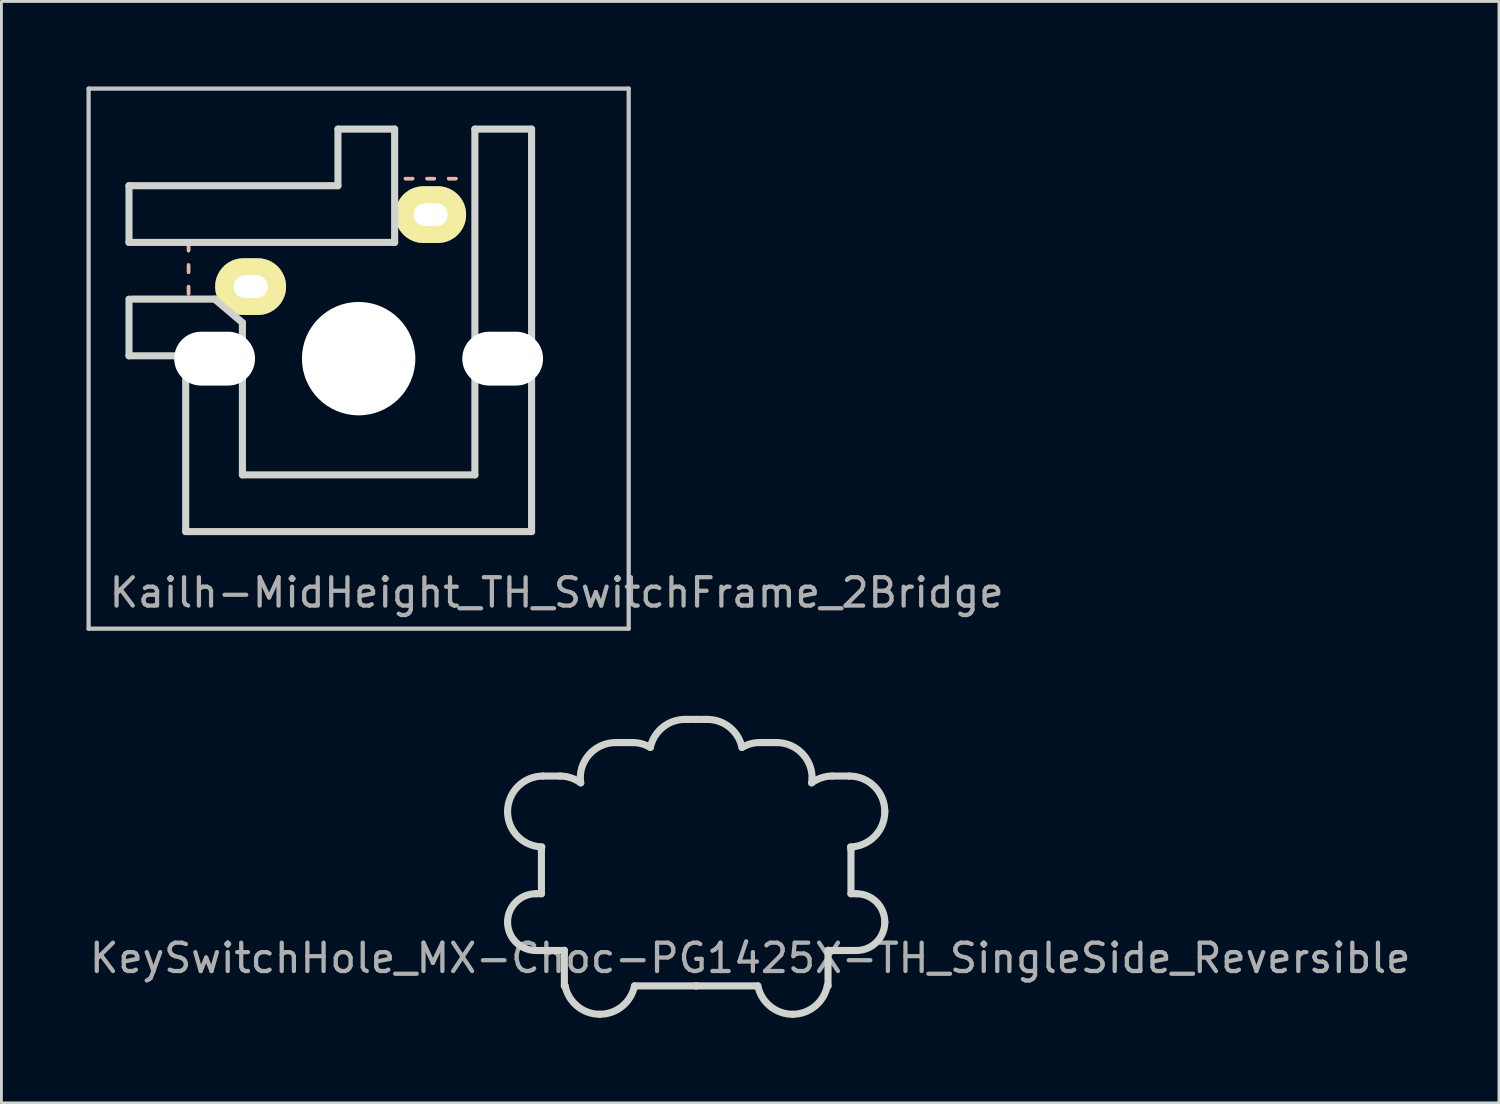
<source format=kicad_pcb>
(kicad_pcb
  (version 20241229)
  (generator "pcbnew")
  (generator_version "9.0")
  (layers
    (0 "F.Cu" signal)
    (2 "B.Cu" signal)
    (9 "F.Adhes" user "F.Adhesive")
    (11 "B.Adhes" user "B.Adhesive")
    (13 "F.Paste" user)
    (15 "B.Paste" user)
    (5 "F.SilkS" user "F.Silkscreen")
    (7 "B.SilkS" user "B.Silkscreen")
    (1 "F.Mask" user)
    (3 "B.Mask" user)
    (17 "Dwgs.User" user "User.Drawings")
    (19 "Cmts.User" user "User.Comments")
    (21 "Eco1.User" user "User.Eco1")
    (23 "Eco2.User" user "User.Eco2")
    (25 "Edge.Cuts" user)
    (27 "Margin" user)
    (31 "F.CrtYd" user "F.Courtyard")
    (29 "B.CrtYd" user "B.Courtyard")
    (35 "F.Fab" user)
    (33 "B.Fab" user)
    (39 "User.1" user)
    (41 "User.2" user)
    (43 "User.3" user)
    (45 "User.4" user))
  (footprint "KeySwitchHole_MX-Choc-PG1425X-TH_SingleSide_Reversible"
    (layer "F.Cu")
    (at 21.506 29.475)
    (property "Reference" "KeySwitchHole_MX-Choc-PG1425X-TH_SingleSide_Reversible" (at 1.905 1.27 0) (layer "F.Fab") (effects (font (size 1 1) (thickness 0.15))))
    (attr through_hole)
    (fp_curve (pts (xy -6.653 -3.899) (xy -6.653 -3.223) (xy -6.117 -2.676) (xy -5.448 -2.651)) (stroke (width 0.25) (type solid)) (layer "Edge.Cuts"))
    (fp_curve (pts (xy -6.653 -0.000276) (xy -6.653 0.552) (xy -6.204 1.001) (xy -5.652 1.001)) (stroke (width 0.25) (type solid)) (layer "Edge.Cuts"))
    (fp_curve (pts (xy -5.652 -1.001) (xy -6.204 -1.001) (xy -6.653 -0.553) (xy -6.653 -0.000276)) (stroke (width 0.25) (type solid)) (layer "Edge.Cuts"))
    (fp_curve (pts (xy -5.652 1.001) (xy -5.652 1.001) (xy -4.702 1.001) (xy -4.702 1.001)) (stroke (width 0.25) (type solid)) (layer "Edge.Cuts"))
    (fp_curve (pts (xy -5.459 -2.54) (xy -5.459 -2.54) (xy -5.459 -1.001) (xy -5.459 -1.001)) (stroke (width 0.25) (type solid)) (layer "Edge.Cuts"))
    (fp_curve (pts (xy -5.459 -1.001) (xy -5.459 -1.001) (xy -5.652 -1.001) (xy -5.652 -1.001)) (stroke (width 0.25) (type solid)) (layer "Edge.Cuts"))
    (fp_curve (pts (xy -5.448 -2.651) (xy -5.451 -2.614) (xy -5.459 -2.578) (xy -5.459 -2.54)) (stroke (width 0.25) (type solid)) (layer "Edge.Cuts"))
    (fp_curve (pts (xy -5.4 -5.152) (xy -6.092 -5.152) (xy -6.653 -4.591) (xy -6.653 -3.899)) (stroke (width 0.25) (type solid)) (layer "Edge.Cuts"))
    (fp_curve (pts (xy -4.803 -5.152) (xy -4.803 -5.152) (xy -5.4 -5.152) (xy -5.4 -5.152)) (stroke (width 0.25) (type solid)) (layer "Edge.Cuts"))
    (fp_curve (pts (xy -4.702 1.001) (xy -4.684 1.001) (xy -4.667 0.996) (xy -4.65 0.995)) (stroke (width 0.25) (type solid)) (layer "Edge.Cuts"))
    (fp_curve (pts (xy -4.65 0.995) (xy -4.65 0.995) (xy -4.65 2.25) (xy -4.65 2.25)) (stroke (width 0.25) (type solid)) (layer "Edge.Cuts"))
    (fp_curve (pts (xy -4.65 2.25) (xy -4.65 2.25) (xy -4.624 2.25) (xy -4.624 2.25)) (stroke (width 0.25) (type solid)) (layer "Edge.Cuts"))
    (fp_curve (pts (xy -4.624 2.25) (xy -4.508 2.82) (xy -4.004 3.25) (xy -3.4 3.25)) (stroke (width 0.25) (type solid)) (layer "Edge.Cuts"))
    (fp_curve (pts (xy -4.089 -5.08) (xy -4.089 -5.023) (xy -4.08 -4.968) (xy -4.072 -4.912)) (stroke (width 0.25) (type solid)) (layer "Edge.Cuts"))
    (fp_curve (pts (xy -4.072 -4.912) (xy -4.278 -5.061) (xy -4.529 -5.152) (xy -4.803 -5.152)) (stroke (width 0.25) (type solid)) (layer "Edge.Cuts"))
    (fp_curve (pts (xy -3.4 3.25) (xy -2.795 3.25) (xy -2.291 2.82) (xy -2.175 2.25)) (stroke (width 0.25) (type solid)) (layer "Edge.Cuts"))
    (fp_curve (pts (xy -2.836 -6.333) (xy -3.528 -6.333) (xy -4.089 -5.772) (xy -4.089 -5.08)) (stroke (width 0.25) (type solid)) (layer "Edge.Cuts"))
    (fp_curve (pts (xy -2.24 -6.333) (xy -2.24 -6.333) (xy -2.836 -6.333) (xy -2.836 -6.333)) (stroke (width 0.25) (type solid)) (layer "Edge.Cuts"))
    (fp_curve (pts (xy -2.175 2.25) (xy -2.175 2.25) (xy -0.000054 2.25) (xy -0.000054 2.25)) (stroke (width 0.25) (type solid)) (layer "Edge.Cuts"))
    (fp_curve (pts (xy -1.616 -6.162) (xy -1.801 -6.269) (xy -2.012 -6.333) (xy -2.24 -6.333)) (stroke (width 0.25) (type solid)) (layer "Edge.Cuts"))
    (fp_curve (pts (xy -0.393 -7.15) (xy -0.994 -7.15) (xy -1.495 -6.727) (xy -1.616 -6.162)) (stroke (width 0.25) (type solid)) (layer "Edge.Cuts"))
    (fp_curve (pts (xy -0.299 -7.15) (xy -0.299 -7.15) (xy -0.393 -7.15) (xy -0.393 -7.15)) (stroke (width 0.25) (type solid)) (layer "Edge.Cuts"))
    (fp_curve (pts (xy -0.00042 -7.15) (xy -0.00042 -7.15) (xy -0.299 -7.15) (xy -0.299 -7.15)) (stroke (width 0.25) (type solid)) (layer "Edge.Cuts"))
    (fp_curve (pts (xy -0.000054 2.25) (xy -0.000054 2.25) (xy 0.000054 2.25) (xy 0.000054 2.25)) (stroke (width 0.25) (type solid)) (layer "Edge.Cuts"))
    (fp_curve (pts (xy 0.000054 2.25) (xy 0.000054 2.25) (xy 2.175 2.25) (xy 2.175 2.25)) (stroke (width 0.25) (type solid)) (layer "Edge.Cuts"))
    (fp_curve (pts (xy 0.00042 -7.15) (xy 0.00042 -7.15) (xy -0.00042 -7.15) (xy -0.00042 -7.15)) (stroke (width 0.25) (type solid)) (layer "Edge.Cuts"))
    (fp_curve (pts (xy 0.299 -7.15) (xy 0.299 -7.15) (xy 0.00042 -7.15) (xy 0.00042 -7.15)) (stroke (width 0.25) (type solid)) (layer "Edge.Cuts"))
    (fp_curve (pts (xy 0.393 -7.15) (xy 0.393 -7.15) (xy 0.299 -7.15) (xy 0.299 -7.15)) (stroke (width 0.25) (type solid)) (layer "Edge.Cuts"))
    (fp_curve (pts (xy 1.616 -6.162) (xy 1.495 -6.727) (xy 0.994 -7.15) (xy 0.393 -7.15)) (stroke (width 0.25) (type solid)) (layer "Edge.Cuts"))
    (fp_curve (pts (xy 2.175 2.25) (xy 2.291 2.82) (xy 2.795 3.25) (xy 3.4 3.25)) (stroke (width 0.25) (type solid)) (layer "Edge.Cuts"))
    (fp_curve (pts (xy 2.24 -6.333) (xy 2.012 -6.333) (xy 1.801 -6.269) (xy 1.616 -6.162)) (stroke (width 0.25) (type solid)) (layer "Edge.Cuts"))
    (fp_curve (pts (xy 2.836 -6.333) (xy 2.836 -6.333) (xy 2.24 -6.333) (xy 2.24 -6.333)) (stroke (width 0.25) (type solid)) (layer "Edge.Cuts"))
    (fp_curve (pts (xy 3.4 3.25) (xy 4.004 3.25) (xy 4.508 2.82) (xy 4.624 2.25)) (stroke (width 0.25) (type solid)) (layer "Edge.Cuts"))
    (fp_curve (pts (xy 4.072 -4.912) (xy 4.08 -4.968) (xy 4.089 -5.023) (xy 4.089 -5.08)) (stroke (width 0.25) (type solid)) (layer "Edge.Cuts"))
    (fp_curve (pts (xy 4.089 -5.08) (xy 4.089 -5.772) (xy 3.528 -6.333) (xy 2.836 -6.333)) (stroke (width 0.25) (type solid)) (layer "Edge.Cuts"))
    (fp_curve (pts (xy 4.624 2.25) (xy 4.624 2.25) (xy 4.65 2.25) (xy 4.65 2.25)) (stroke (width 0.25) (type solid)) (layer "Edge.Cuts"))
    (fp_curve (pts (xy 4.65 0.995) (xy 4.667 0.996) (xy 4.684 1.001) (xy 4.702 1.001)) (stroke (width 0.25) (type solid)) (layer "Edge.Cuts"))
    (fp_curve (pts (xy 4.65 2.25) (xy 4.65 2.25) (xy 4.65 0.995) (xy 4.65 0.995)) (stroke (width 0.25) (type solid)) (layer "Edge.Cuts"))
    (fp_curve (pts (xy 4.702 1.001) (xy 4.702 1.001) (xy 5.652 1.001) (xy 5.652 1.001)) (stroke (width 0.25) (type solid)) (layer "Edge.Cuts"))
    (fp_curve (pts (xy 4.803 -5.152) (xy 4.529 -5.152) (xy 4.278 -5.061) (xy 4.072 -4.912)) (stroke (width 0.25) (type solid)) (layer "Edge.Cuts"))
    (fp_curve (pts (xy 5.4 -5.152) (xy 5.4 -5.152) (xy 4.803 -5.152) (xy 4.803 -5.152)) (stroke (width 0.25) (type solid)) (layer "Edge.Cuts"))
    (fp_curve (pts (xy 5.448 -2.651) (xy 6.117 -2.676) (xy 6.653 -3.223) (xy 6.653 -3.899)) (stroke (width 0.25) (type solid)) (layer "Edge.Cuts"))
    (fp_curve (pts (xy 5.459 -2.54) (xy 5.459 -2.578) (xy 5.451 -2.614) (xy 5.448 -2.651)) (stroke (width 0.25) (type solid)) (layer "Edge.Cuts"))
    (fp_curve (pts (xy 5.459 -1.001) (xy 5.459 -1.001) (xy 5.459 -2.54) (xy 5.459 -2.54)) (stroke (width 0.25) (type solid)) (layer "Edge.Cuts"))
    (fp_curve (pts (xy 5.652 -1.001) (xy 5.652 -1.001) (xy 5.459 -1.001) (xy 5.459 -1.001)) (stroke (width 0.25) (type solid)) (layer "Edge.Cuts"))
    (fp_curve (pts (xy 5.652 1.001) (xy 6.204 1.001) (xy 6.653 0.552) (xy 6.653 -0.000276)) (stroke (width 0.25) (type solid)) (layer "Edge.Cuts"))
    (fp_curve (pts (xy 6.653 -3.899) (xy 6.653 -4.591) (xy 6.092 -5.152) (xy 5.4 -5.152)) (stroke (width 0.25) (type solid)) (layer "Edge.Cuts"))
    (fp_curve (pts (xy 6.653 -0.000276) (xy 6.653 -0.553) (xy 6.204 -1.001) (xy 5.652 -1.001)) (stroke (width 0.25) (type solid)) (layer "Edge.Cuts")))
  (footprint "Kailh-MidHeight_TH_SwitchFrame_2Bridge"
    (layer "F.Cu")
    (at 9.6 9.6)
    (property "Reference" "Kailh-MidHeight_TH_SwitchFrame_2Bridge" (at 6.985 8.255 0) (layer "F.Fab") (effects (font (size 1 1) (thickness 0.15))))
    (attr through_hole)
    (fp_line (start -6 -4.064) (end -6 -3.81) (stroke (width 0.12) (type solid)) (layer "F.SilkS"))
    (fp_line (start -6 -3.302) (end -6 -3.048) (stroke (width 0.12) (type solid)) (layer "F.SilkS"))
    (fp_line (start -6 -2.54) (end -6 -2.286) (stroke (width 0.12) (type solid)) (layer "F.SilkS"))
    (fp_line (start 1.651 -6.35) (end 1.905 -6.35) (stroke (width 0.12) (type solid)) (layer "F.SilkS"))
    (fp_line (start 2.413 -6.35) (end 2.667 -6.35) (stroke (width 0.12) (type solid)) (layer "F.SilkS"))
    (fp_line (start 3.175 -6.35) (end 3.429 -6.35) (stroke (width 0.12) (type solid)) (layer "F.SilkS"))
    (fp_line (start -6 -4.064) (end -6 -3.81) (stroke (width 0.12) (type solid)) (layer "B.SilkS"))
    (fp_line (start -6 -3.302) (end -6 -3.048) (stroke (width 0.12) (type solid)) (layer "B.SilkS"))
    (fp_line (start -6 -2.54) (end -6 -2.286) (stroke (width 0.12) (type solid)) (layer "B.SilkS"))
    (fp_line (start 1.651 -6.35) (end 1.905 -6.35) (stroke (width 0.12) (type solid)) (layer "B.SilkS"))
    (fp_line (start 2.413 -6.35) (end 2.667 -6.35) (stroke (width 0.12) (type solid)) (layer "B.SilkS"))
    (fp_line (start 3.175 -6.35) (end 3.429 -6.35) (stroke (width 0.12) (type solid)) (layer "B.SilkS"))
    (fp_line (start -9.525 -9.525) (end 9.525 -9.525) (stroke (width 0.15) (type solid)) (layer "Dwgs.User"))
    (fp_line (start -9.525 9.525) (end -9.525 -9.525) (stroke (width 0.15) (type solid)) (layer "Dwgs.User"))
    (fp_line (start 9.525 -9.525) (end 9.525 9.525) (stroke (width 0.15) (type solid)) (layer "Dwgs.User"))
    (fp_line (start 9.525 9.525) (end -9.525 9.525) (stroke (width 0.15) (type solid)) (layer "Dwgs.User"))
    (fp_line (start -8.1 -6.1) (end -8.1 -4.1) (stroke (width 0.25) (type solid)) (layer "Edge.Cuts"))
    (fp_line (start -8.1 -2.1) (end -8.1 -0.1) (stroke (width 0.25) (type solid)) (layer "Edge.Cuts"))
    (fp_line (start -8.1 -0.1) (end -6.1 -0.1) (stroke (width 0.25) (type solid)) (layer "Edge.Cuts"))
    (fp_line (start -8 -2.1) (end -5.08 -2.1) (stroke (width 0.25) (type solid)) (layer "Edge.Cuts"))
    (fp_line (start -6.1 6.1) (end -6.1 -0.1) (stroke (width 0.25) (type solid)) (layer "Edge.Cuts"))
    (fp_line (start -6.1 6.1) (end 6.1 6.1) (stroke (width 0.25) (type solid)) (layer "Edge.Cuts"))
    (fp_line (start -4.1 -1.27) (end -5.08 -2.1) (stroke (width 0.25) (type solid)) (layer "Edge.Cuts"))
    (fp_line (start -4.1 -1.27) (end -4.1 4.1) (stroke (width 0.25) (type solid)) (layer "Edge.Cuts"))
    (fp_line (start -4.1 4.1) (end 4.1 4.1) (stroke (width 0.25) (type solid)) (layer "Edge.Cuts"))
    (fp_line (start -0.73 -8.096) (end 1.27 -8.096) (stroke (width 0.25) (type solid)) (layer "Edge.Cuts"))
    (fp_line (start -0.73 -6.1) (end -8.1 -6.1) (stroke (width 0.25) (type solid)) (layer "Edge.Cuts"))
    (fp_line (start -0.73 -6.1) (end -0.73 -8.096) (stroke (width 0.25) (type solid)) (layer "Edge.Cuts"))
    (fp_line (start 1.27 -8.096) (end 1.27 -4.1) (stroke (width 0.25) (type solid)) (layer "Edge.Cuts"))
    (fp_line (start 1.27 -4.1) (end -8.1 -4.1) (stroke (width 0.25) (type solid)) (layer "Edge.Cuts"))
    (fp_line (start 4.1 4.1) (end 4.1 -8.096) (stroke (width 0.25) (type solid)) (layer "Edge.Cuts"))
    (fp_line (start 6.1 -8.096) (end 4.1 -8.096) (stroke (width 0.25) (type solid)) (layer "Edge.Cuts"))
    (fp_line (start 6.1 6.1) (end 6.1 -8.096) (stroke (width 0.25) (type solid)) (layer "Edge.Cuts"))
    (pad "" np_thru_hole oval (at -5.08 0) (size 2.85 1.9) (drill oval 2.85 1.9) (layers "*.Cu" "*.Mask"))
    (pad "" np_thru_hole circle (at 0 0 90) (size 4 4) (drill 4) (layers "*.Cu" "*.Mask"))
    (pad "" np_thru_hole oval (at 5.08 0 180) (size 2.85 1.9) (drill oval 2.85 1.9) (layers "*.Cu" "*.Mask"))
    (pad "1" thru_hole oval (at -3.81 -2.54) (size 2.5 2) (drill oval 1.2 0.8) (layers "*.Cu" "B.Mask" "F.SilkS"))
    (pad "2" thru_hole oval (at 2.54 -5.08) (size 2.5 2) (drill oval 1.2 0.8) (layers "*.Cu" "B.Mask" "F.SilkS")))
  (gr_rect
    (start -3 -3)
    (end 49.821 35.85)
    (stroke (width 0.1) (type default))
    (fill no)
    (layer "Edge.Cuts")))
</source>
